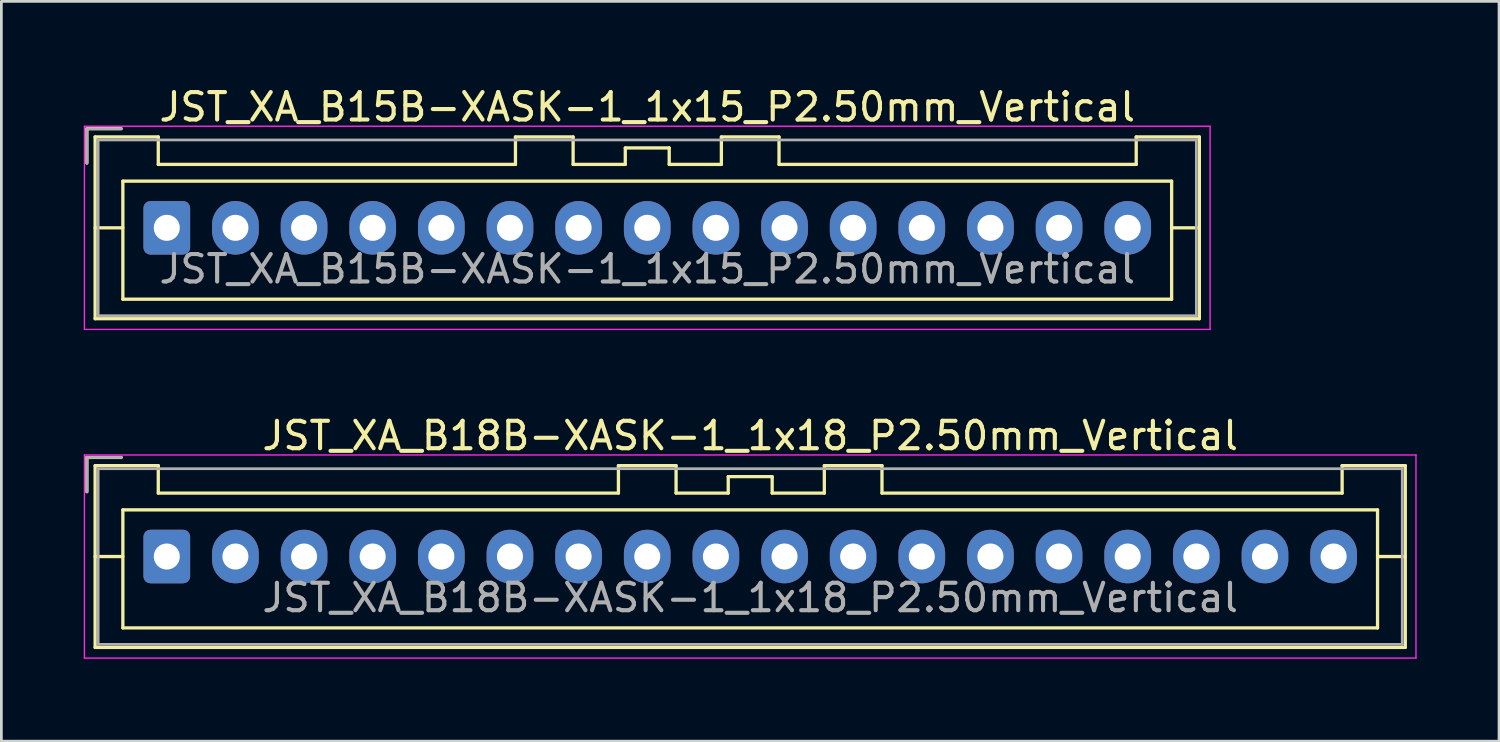
<source format=kicad_pcb>
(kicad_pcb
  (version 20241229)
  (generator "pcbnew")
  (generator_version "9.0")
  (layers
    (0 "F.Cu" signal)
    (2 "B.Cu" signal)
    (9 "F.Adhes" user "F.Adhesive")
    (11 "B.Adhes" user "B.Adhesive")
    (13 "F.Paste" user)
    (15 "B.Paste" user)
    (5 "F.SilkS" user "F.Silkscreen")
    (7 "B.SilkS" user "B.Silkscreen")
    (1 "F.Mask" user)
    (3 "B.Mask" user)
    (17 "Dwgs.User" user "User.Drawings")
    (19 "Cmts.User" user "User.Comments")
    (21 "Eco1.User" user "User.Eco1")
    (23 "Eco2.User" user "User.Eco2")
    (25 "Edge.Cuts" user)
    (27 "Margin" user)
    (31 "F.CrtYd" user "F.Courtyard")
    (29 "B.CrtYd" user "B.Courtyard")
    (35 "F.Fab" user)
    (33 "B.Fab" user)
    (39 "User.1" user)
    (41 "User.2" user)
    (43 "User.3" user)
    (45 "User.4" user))
  (footprint "JST_XA_B15B-XASK-1_1x15_P2.50mm_Vertical"
    (layer "F.Cu")
    (at 3.025 5.248)
    (property "Reference" "JST_XA_B15B-XASK-1_1x15_P2.50mm_Vertical" (at 17.5 -4.4 0) (layer "F.SilkS") (effects (font (size 1 1) (thickness 0.15))))
    (attr through_hole)
    (fp_line (start -2.91 -3.61) (end -2.91 -2.36) (stroke (width 0.12) (type solid)) (layer "F.SilkS"))
    (fp_line (start -2.61 -3.31) (end -2.61 3.31) (stroke (width 0.12) (type solid)) (layer "F.SilkS"))
    (fp_line (start -2.61 0) (end -1.6 0) (stroke (width 0.12) (type solid)) (layer "F.SilkS"))
    (fp_line (start -2.61 3.31) (end 37.61 3.31) (stroke (width 0.12) (type solid)) (layer "F.SilkS"))
    (fp_line (start -1.66 -3.61) (end -2.91 -3.61) (stroke (width 0.12) (type solid)) (layer "F.SilkS"))
    (fp_line (start -1.6 -1.7) (end -1.6 2.6) (stroke (width 0.12) (type solid)) (layer "F.SilkS"))
    (fp_line (start -1.6 2.6) (end 36.6 2.6) (stroke (width 0.12) (type solid)) (layer "F.SilkS"))
    (fp_line (start -0.31 -3.31) (end -2.61 -3.31) (stroke (width 0.12) (type solid)) (layer "F.SilkS"))
    (fp_line (start -0.31 -2.31) (end -0.31 -3.31) (stroke (width 0.12) (type solid)) (layer "F.SilkS"))
    (fp_line (start 12.7 -3.31) (end 12.7 -2.31) (stroke (width 0.12) (type solid)) (layer "F.SilkS"))
    (fp_line (start 12.7 -2.31) (end -0.31 -2.31) (stroke (width 0.12) (type solid)) (layer "F.SilkS"))
    (fp_line (start 14.8 -3.31) (end 12.7 -3.31) (stroke (width 0.12) (type solid)) (layer "F.SilkS"))
    (fp_line (start 14.8 -2.31) (end 14.8 -3.31) (stroke (width 0.12) (type solid)) (layer "F.SilkS"))
    (fp_line (start 16.7 -2.91) (end 16.7 -2.31) (stroke (width 0.12) (type solid)) (layer "F.SilkS"))
    (fp_line (start 16.7 -2.31) (end 14.8 -2.31) (stroke (width 0.12) (type solid)) (layer "F.SilkS"))
    (fp_line (start 18.3 -2.91) (end 16.7 -2.91) (stroke (width 0.12) (type solid)) (layer "F.SilkS"))
    (fp_line (start 18.3 -2.31) (end 18.3 -2.91) (stroke (width 0.12) (type solid)) (layer "F.SilkS"))
    (fp_line (start 20.2 -3.31) (end 20.2 -2.31) (stroke (width 0.12) (type solid)) (layer "F.SilkS"))
    (fp_line (start 20.2 -2.31) (end 18.3 -2.31) (stroke (width 0.12) (type solid)) (layer "F.SilkS"))
    (fp_line (start 22.3 -3.31) (end 20.2 -3.31) (stroke (width 0.12) (type solid)) (layer "F.SilkS"))
    (fp_line (start 22.3 -2.31) (end 22.3 -3.31) (stroke (width 0.12) (type solid)) (layer "F.SilkS"))
    (fp_line (start 35.31 -3.31) (end 35.31 -2.31) (stroke (width 0.12) (type solid)) (layer "F.SilkS"))
    (fp_line (start 35.31 -2.31) (end 22.3 -2.31) (stroke (width 0.12) (type solid)) (layer "F.SilkS"))
    (fp_line (start 36.6 -1.7) (end -1.6 -1.7) (stroke (width 0.12) (type solid)) (layer "F.SilkS"))
    (fp_line (start 36.6 2.6) (end 36.6 -1.7) (stroke (width 0.12) (type solid)) (layer "F.SilkS"))
    (fp_line (start 37.61 -3.31) (end 35.31 -3.31) (stroke (width 0.12) (type solid)) (layer "F.SilkS"))
    (fp_line (start 37.61 0) (end 36.6 0) (stroke (width 0.12) (type solid)) (layer "F.SilkS"))
    (fp_line (start 37.61 3.31) (end 37.61 -3.31) (stroke (width 0.12) (type solid)) (layer "F.SilkS"))
    (fp_line (start -3 -3.7) (end -3 3.7) (stroke (width 0.05) (type solid)) (layer "F.CrtYd"))
    (fp_line (start -3 3.7) (end 38 3.7) (stroke (width 0.05) (type solid)) (layer "F.CrtYd"))
    (fp_line (start 38 -3.7) (end -3 -3.7) (stroke (width 0.05) (type solid)) (layer "F.CrtYd"))
    (fp_line (start 38 3.7) (end 38 -3.7) (stroke (width 0.05) (type solid)) (layer "F.CrtYd"))
    (fp_line (start -2.91 -3.61) (end -2.91 -2.36) (stroke (width 0.1) (type solid)) (layer "F.Fab"))
    (fp_line (start -2.5 -3.2) (end -2.5 3.2) (stroke (width 0.1) (type solid)) (layer "F.Fab"))
    (fp_line (start -2.5 3.2) (end 37.5 3.2) (stroke (width 0.1) (type solid)) (layer "F.Fab"))
    (fp_line (start -1.66 -3.61) (end -2.91 -3.61) (stroke (width 0.1) (type solid)) (layer "F.Fab"))
    (fp_line (start 37.5 -3.2) (end -2.5 -3.2) (stroke (width 0.1) (type solid)) (layer "F.Fab"))
    (fp_line (start 37.5 3.2) (end 37.5 -3.2) (stroke (width 0.1) (type solid)) (layer "F.Fab"))
    (fp_text user "${REFERENCE}" (at 17.5 1.5 0) (layer "F.Fab") (effects (font (size 1 1) (thickness 0.15))))
    (pad "1" thru_hole roundrect (at 0 0) (size 1.7 1.95) (drill 0.95) (layers "*.Cu" "*.Mask") (roundrect_rratio 0.147))
    (pad "2" thru_hole oval (at 2.5 0) (size 1.7 1.95) (drill 0.95) (layers "*.Cu" "*.Mask"))
    (pad "3" thru_hole oval (at 5 0) (size 1.7 1.95) (drill 0.95) (layers "*.Cu" "*.Mask"))
    (pad "4" thru_hole oval (at 7.5 0) (size 1.7 1.95) (drill 0.95) (layers "*.Cu" "*.Mask"))
    (pad "5" thru_hole oval (at 10 0) (size 1.7 1.95) (drill 0.95) (layers "*.Cu" "*.Mask"))
    (pad "6" thru_hole oval (at 12.5 0) (size 1.7 1.95) (drill 0.95) (layers "*.Cu" "*.Mask"))
    (pad "7" thru_hole oval (at 15 0) (size 1.7 1.95) (drill 0.95) (layers "*.Cu" "*.Mask"))
    (pad "8" thru_hole oval (at 17.5 0) (size 1.7 1.95) (drill 0.95) (layers "*.Cu" "*.Mask"))
    (pad "9" thru_hole oval (at 20 0) (size 1.7 1.95) (drill 0.95) (layers "*.Cu" "*.Mask"))
    (pad "10" thru_hole oval (at 22.5 0) (size 1.7 1.95) (drill 0.95) (layers "*.Cu" "*.Mask"))
    (pad "11" thru_hole oval (at 25 0) (size 1.7 1.95) (drill 0.95) (layers "*.Cu" "*.Mask"))
    (pad "12" thru_hole oval (at 27.5 0) (size 1.7 1.95) (drill 0.95) (layers "*.Cu" "*.Mask"))
    (pad "13" thru_hole oval (at 30 0) (size 1.7 1.95) (drill 0.95) (layers "*.Cu" "*.Mask"))
    (pad "14" thru_hole oval (at 32.5 0) (size 1.7 1.95) (drill 0.95) (layers "*.Cu" "*.Mask"))
    (pad "15" thru_hole oval (at 35 0) (size 1.7 1.95) (drill 0.95) (layers "*.Cu" "*.Mask")))
  (footprint "JST_XA_B18B-XASK-1_1x18_P2.50mm_Vertical"
    (layer "F.Cu")
    (at 3.025 17.221)
    (property "Reference" "JST_XA_B18B-XASK-1_1x18_P2.50mm_Vertical" (at 21.25 -4.4 0) (layer "F.SilkS") (effects (font (size 1 1) (thickness 0.15))))
    (attr through_hole)
    (fp_line (start -2.91 -3.61) (end -2.91 -2.36) (stroke (width 0.12) (type solid)) (layer "F.SilkS"))
    (fp_line (start -2.61 -3.31) (end -2.61 3.31) (stroke (width 0.12) (type solid)) (layer "F.SilkS"))
    (fp_line (start -2.61 0) (end -1.6 0) (stroke (width 0.12) (type solid)) (layer "F.SilkS"))
    (fp_line (start -2.61 3.31) (end 45.11 3.31) (stroke (width 0.12) (type solid)) (layer "F.SilkS"))
    (fp_line (start -1.66 -3.61) (end -2.91 -3.61) (stroke (width 0.12) (type solid)) (layer "F.SilkS"))
    (fp_line (start -1.6 -1.7) (end -1.6 2.6) (stroke (width 0.12) (type solid)) (layer "F.SilkS"))
    (fp_line (start -1.6 2.6) (end 44.1 2.6) (stroke (width 0.12) (type solid)) (layer "F.SilkS"))
    (fp_line (start -0.31 -3.31) (end -2.61 -3.31) (stroke (width 0.12) (type solid)) (layer "F.SilkS"))
    (fp_line (start -0.31 -2.31) (end -0.31 -3.31) (stroke (width 0.12) (type solid)) (layer "F.SilkS"))
    (fp_line (start 16.45 -3.31) (end 16.45 -2.31) (stroke (width 0.12) (type solid)) (layer "F.SilkS"))
    (fp_line (start 16.45 -2.31) (end -0.31 -2.31) (stroke (width 0.12) (type solid)) (layer "F.SilkS"))
    (fp_line (start 18.55 -3.31) (end 16.45 -3.31) (stroke (width 0.12) (type solid)) (layer "F.SilkS"))
    (fp_line (start 18.55 -2.31) (end 18.55 -3.31) (stroke (width 0.12) (type solid)) (layer "F.SilkS"))
    (fp_line (start 20.45 -2.91) (end 20.45 -2.31) (stroke (width 0.12) (type solid)) (layer "F.SilkS"))
    (fp_line (start 20.45 -2.31) (end 18.55 -2.31) (stroke (width 0.12) (type solid)) (layer "F.SilkS"))
    (fp_line (start 22.05 -2.91) (end 20.45 -2.91) (stroke (width 0.12) (type solid)) (layer "F.SilkS"))
    (fp_line (start 22.05 -2.31) (end 22.05 -2.91) (stroke (width 0.12) (type solid)) (layer "F.SilkS"))
    (fp_line (start 23.95 -3.31) (end 23.95 -2.31) (stroke (width 0.12) (type solid)) (layer "F.SilkS"))
    (fp_line (start 23.95 -2.31) (end 22.05 -2.31) (stroke (width 0.12) (type solid)) (layer "F.SilkS"))
    (fp_line (start 26.05 -3.31) (end 23.95 -3.31) (stroke (width 0.12) (type solid)) (layer "F.SilkS"))
    (fp_line (start 26.05 -2.31) (end 26.05 -3.31) (stroke (width 0.12) (type solid)) (layer "F.SilkS"))
    (fp_line (start 42.81 -3.31) (end 42.81 -2.31) (stroke (width 0.12) (type solid)) (layer "F.SilkS"))
    (fp_line (start 42.81 -2.31) (end 26.05 -2.31) (stroke (width 0.12) (type solid)) (layer "F.SilkS"))
    (fp_line (start 44.1 -1.7) (end -1.6 -1.7) (stroke (width 0.12) (type solid)) (layer "F.SilkS"))
    (fp_line (start 44.1 2.6) (end 44.1 -1.7) (stroke (width 0.12) (type solid)) (layer "F.SilkS"))
    (fp_line (start 45.11 -3.31) (end 42.81 -3.31) (stroke (width 0.12) (type solid)) (layer "F.SilkS"))
    (fp_line (start 45.11 0) (end 44.1 0) (stroke (width 0.12) (type solid)) (layer "F.SilkS"))
    (fp_line (start 45.11 3.31) (end 45.11 -3.31) (stroke (width 0.12) (type solid)) (layer "F.SilkS"))
    (fp_line (start -3 -3.7) (end -3 3.7) (stroke (width 0.05) (type solid)) (layer "F.CrtYd"))
    (fp_line (start -3 3.7) (end 45.5 3.7) (stroke (width 0.05) (type solid)) (layer "F.CrtYd"))
    (fp_line (start 45.5 -3.7) (end -3 -3.7) (stroke (width 0.05) (type solid)) (layer "F.CrtYd"))
    (fp_line (start 45.5 3.7) (end 45.5 -3.7) (stroke (width 0.05) (type solid)) (layer "F.CrtYd"))
    (fp_line (start -2.91 -3.61) (end -2.91 -2.36) (stroke (width 0.1) (type solid)) (layer "F.Fab"))
    (fp_line (start -2.5 -3.2) (end -2.5 3.2) (stroke (width 0.1) (type solid)) (layer "F.Fab"))
    (fp_line (start -2.5 3.2) (end 45 3.2) (stroke (width 0.1) (type solid)) (layer "F.Fab"))
    (fp_line (start -1.66 -3.61) (end -2.91 -3.61) (stroke (width 0.1) (type solid)) (layer "F.Fab"))
    (fp_line (start 45 -3.2) (end -2.5 -3.2) (stroke (width 0.1) (type solid)) (layer "F.Fab"))
    (fp_line (start 45 3.2) (end 45 -3.2) (stroke (width 0.1) (type solid)) (layer "F.Fab"))
    (fp_text user "${REFERENCE}" (at 21.25 1.5 0) (layer "F.Fab") (effects (font (size 1 1) (thickness 0.15))))
    (pad "1" thru_hole roundrect (at 0 0) (size 1.7 1.95) (drill 0.95) (layers "*.Cu" "*.Mask") (roundrect_rratio 0.147))
    (pad "2" thru_hole oval (at 2.5 0) (size 1.7 1.95) (drill 0.95) (layers "*.Cu" "*.Mask"))
    (pad "3" thru_hole oval (at 5 0) (size 1.7 1.95) (drill 0.95) (layers "*.Cu" "*.Mask"))
    (pad "4" thru_hole oval (at 7.5 0) (size 1.7 1.95) (drill 0.95) (layers "*.Cu" "*.Mask"))
    (pad "5" thru_hole oval (at 10 0) (size 1.7 1.95) (drill 0.95) (layers "*.Cu" "*.Mask"))
    (pad "6" thru_hole oval (at 12.5 0) (size 1.7 1.95) (drill 0.95) (layers "*.Cu" "*.Mask"))
    (pad "7" thru_hole oval (at 15 0) (size 1.7 1.95) (drill 0.95) (layers "*.Cu" "*.Mask"))
    (pad "8" thru_hole oval (at 17.5 0) (size 1.7 1.95) (drill 0.95) (layers "*.Cu" "*.Mask"))
    (pad "9" thru_hole oval (at 20 0) (size 1.7 1.95) (drill 0.95) (layers "*.Cu" "*.Mask"))
    (pad "10" thru_hole oval (at 22.5 0) (size 1.7 1.95) (drill 0.95) (layers "*.Cu" "*.Mask"))
    (pad "11" thru_hole oval (at 25 0) (size 1.7 1.95) (drill 0.95) (layers "*.Cu" "*.Mask"))
    (pad "12" thru_hole oval (at 27.5 0) (size 1.7 1.95) (drill 0.95) (layers "*.Cu" "*.Mask"))
    (pad "13" thru_hole oval (at 30 0) (size 1.7 1.95) (drill 0.95) (layers "*.Cu" "*.Mask"))
    (pad "14" thru_hole oval (at 32.5 0) (size 1.7 1.95) (drill 0.95) (layers "*.Cu" "*.Mask"))
    (pad "15" thru_hole oval (at 35 0) (size 1.7 1.95) (drill 0.95) (layers "*.Cu" "*.Mask"))
    (pad "16" thru_hole oval (at 37.5 0) (size 1.7 1.95) (drill 0.95) (layers "*.Cu" "*.Mask"))
    (pad "17" thru_hole oval (at 40 0) (size 1.7 1.95) (drill 0.95) (layers "*.Cu" "*.Mask"))
    (pad "18" thru_hole oval (at 42.5 0) (size 1.7 1.95) (drill 0.95) (layers "*.Cu" "*.Mask")))
  (gr_rect
    (start -3 -3)
    (end 51.55 23.947)
    (stroke (width 0.1) (type default))
    (fill no)
    (layer "Edge.Cuts")))
</source>
